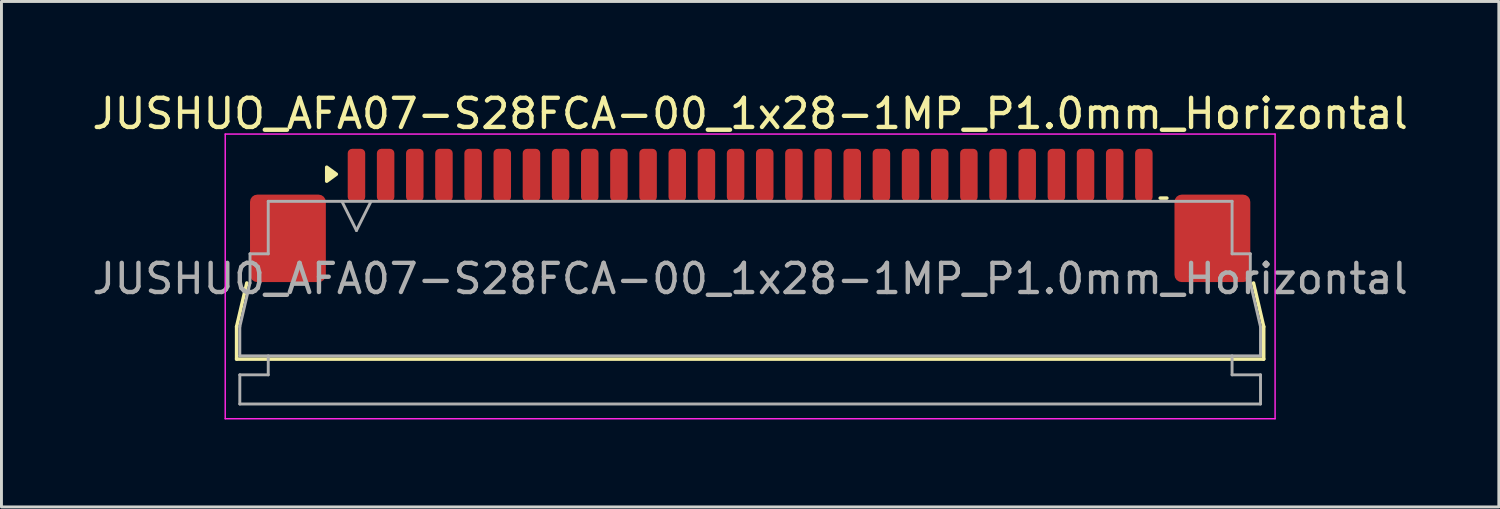
<source format=kicad_pcb>
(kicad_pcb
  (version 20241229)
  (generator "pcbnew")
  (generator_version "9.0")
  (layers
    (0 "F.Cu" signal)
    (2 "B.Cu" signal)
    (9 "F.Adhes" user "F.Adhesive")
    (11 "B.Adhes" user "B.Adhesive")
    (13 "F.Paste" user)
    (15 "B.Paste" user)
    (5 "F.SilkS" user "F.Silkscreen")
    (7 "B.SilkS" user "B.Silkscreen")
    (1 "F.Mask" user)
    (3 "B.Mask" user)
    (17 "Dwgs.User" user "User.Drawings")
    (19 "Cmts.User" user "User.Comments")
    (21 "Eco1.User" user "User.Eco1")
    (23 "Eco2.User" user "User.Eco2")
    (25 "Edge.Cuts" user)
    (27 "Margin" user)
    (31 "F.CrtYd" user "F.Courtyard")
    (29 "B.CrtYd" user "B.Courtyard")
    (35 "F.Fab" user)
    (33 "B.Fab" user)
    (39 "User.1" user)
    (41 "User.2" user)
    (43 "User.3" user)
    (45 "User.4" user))
  (footprint "JUSHUO_AFA07-S28FCA-00_1x28-1MP_P1.0mm_Horizontal"
    (layer "F.Cu")
    (at 22.673 6.328)
    (property "Reference" "JUSHUO_AFA07-S28FCA-00_1x28-1MP_P1.0mm_Horizontal" (at 0 -5.48 0) (layer "F.SilkS") (effects (font (size 1 1) (thickness 0.15))))
    (attr smd)
    (fp_line (start -17.61 1.825) (end -17.26 0.325) (stroke (width 0.12) (type solid)) (layer "F.SilkS"))
    (fp_line (start -17.61 2.935) (end -17.61 1.825) (stroke (width 0.12) (type solid)) (layer "F.SilkS"))
    (fp_line (start 14.06 -2.585) (end 14.29 -2.585) (stroke (width 0.12) (type solid)) (layer "F.SilkS"))
    (fp_line (start 17.26 0.325) (end 17.61 1.825) (stroke (width 0.12) (type solid)) (layer "F.SilkS"))
    (fp_line (start 17.61 1.825) (end 17.61 2.935) (stroke (width 0.12) (type solid)) (layer "F.SilkS"))
    (fp_line (start 17.61 2.935) (end -17.61 2.935) (stroke (width 0.12) (type solid)) (layer "F.SilkS"))
    (fp_poly (pts (xy -14.19 -3.405) (xy -14.52 -3.165) (xy -14.52 -3.645)) (stroke (width 0.12) (type solid)) (fill yes) (layer "F.SilkS"))
    (fp_line (start -18 -4.78) (end -18 4.98) (stroke (width 0.05) (type solid)) (layer "F.CrtYd"))
    (fp_line (start -18 4.98) (end 18 4.98) (stroke (width 0.05) (type solid)) (layer "F.CrtYd"))
    (fp_line (start 18 -4.78) (end -18 -4.78) (stroke (width 0.05) (type solid)) (layer "F.CrtYd"))
    (fp_line (start 18 4.98) (end 18 -4.78) (stroke (width 0.05) (type solid)) (layer "F.CrtYd"))
    (fp_line (start -17.5 1.825) (end -17.15 0.325) (stroke (width 0.1) (type solid)) (layer "F.Fab"))
    (fp_line (start -17.5 2.825) (end -17.5 1.825) (stroke (width 0.1) (type solid)) (layer "F.Fab"))
    (fp_line (start -17.5 3.475) (end -16.525 3.475) (stroke (width 0.1) (type solid)) (layer "F.Fab"))
    (fp_line (start -17.5 4.475) (end -17.5 3.475) (stroke (width 0.1) (type solid)) (layer "F.Fab"))
    (fp_line (start -17.15 -0.675) (end -16.525 -0.675) (stroke (width 0.1) (type solid)) (layer "F.Fab"))
    (fp_line (start -17.15 0.325) (end -17.15 -0.675) (stroke (width 0.1) (type solid)) (layer "F.Fab"))
    (fp_line (start -16.525 -2.475) (end 16.525 -2.475) (stroke (width 0.1) (type solid)) (layer "F.Fab"))
    (fp_line (start -16.525 -0.675) (end -16.525 -2.475) (stroke (width 0.1) (type solid)) (layer "F.Fab"))
    (fp_line (start -16.525 3.475) (end -16.525 2.825) (stroke (width 0.1) (type solid)) (layer "F.Fab"))
    (fp_line (start -14 -2.475) (end -13.5 -1.475) (stroke (width 0.1) (type solid)) (layer "F.Fab"))
    (fp_line (start -13.5 -1.475) (end -13 -2.475) (stroke (width 0.1) (type solid)) (layer "F.Fab"))
    (fp_line (start 16.525 -2.475) (end 16.525 -0.675) (stroke (width 0.1) (type solid)) (layer "F.Fab"))
    (fp_line (start 16.525 -0.675) (end 17.15 -0.675) (stroke (width 0.1) (type solid)) (layer "F.Fab"))
    (fp_line (start 16.525 2.825) (end 16.525 3.475) (stroke (width 0.1) (type solid)) (layer "F.Fab"))
    (fp_line (start 16.525 3.475) (end 17.5 3.475) (stroke (width 0.1) (type solid)) (layer "F.Fab"))
    (fp_line (start 17.15 -0.675) (end 17.15 0.325) (stroke (width 0.1) (type solid)) (layer "F.Fab"))
    (fp_line (start 17.15 0.325) (end 17.5 1.825) (stroke (width 0.1) (type solid)) (layer "F.Fab"))
    (fp_line (start 17.5 1.825) (end 17.5 2.825) (stroke (width 0.1) (type solid)) (layer "F.Fab"))
    (fp_line (start 17.5 2.825) (end -17.5 2.825) (stroke (width 0.1) (type solid)) (layer "F.Fab"))
    (fp_line (start 17.5 3.475) (end 17.5 4.475) (stroke (width 0.1) (type solid)) (layer "F.Fab"))
    (fp_line (start 17.5 4.475) (end -17.5 4.475) (stroke (width 0.1) (type solid)) (layer "F.Fab"))
    (fp_text user "${REFERENCE}" (at 0 0.18 0) (layer "F.Fab") (effects (font (size 1 1) (thickness 0.15))))
    (pad "1" smd roundrect (at -13.5 -3.375) (size 0.6 1.8) (layers "F.Cu" "F.Mask" "F.Paste") (roundrect_rratio 0.25))
    (pad "2" smd roundrect (at -12.5 -3.375) (size 0.6 1.8) (layers "F.Cu" "F.Mask" "F.Paste") (roundrect_rratio 0.25))
    (pad "3" smd roundrect (at -11.5 -3.375) (size 0.6 1.8) (layers "F.Cu" "F.Mask" "F.Paste") (roundrect_rratio 0.25))
    (pad "4" smd roundrect (at -10.5 -3.375) (size 0.6 1.8) (layers "F.Cu" "F.Mask" "F.Paste") (roundrect_rratio 0.25))
    (pad "5" smd roundrect (at -9.5 -3.375) (size 0.6 1.8) (layers "F.Cu" "F.Mask" "F.Paste") (roundrect_rratio 0.25))
    (pad "6" smd roundrect (at -8.5 -3.375) (size 0.6 1.8) (layers "F.Cu" "F.Mask" "F.Paste") (roundrect_rratio 0.25))
    (pad "7" smd roundrect (at -7.5 -3.375) (size 0.6 1.8) (layers "F.Cu" "F.Mask" "F.Paste") (roundrect_rratio 0.25))
    (pad "8" smd roundrect (at -6.5 -3.375) (size 0.6 1.8) (layers "F.Cu" "F.Mask" "F.Paste") (roundrect_rratio 0.25))
    (pad "9" smd roundrect (at -5.5 -3.375) (size 0.6 1.8) (layers "F.Cu" "F.Mask" "F.Paste") (roundrect_rratio 0.25))
    (pad "10" smd roundrect (at -4.5 -3.375) (size 0.6 1.8) (layers "F.Cu" "F.Mask" "F.Paste") (roundrect_rratio 0.25))
    (pad "11" smd roundrect (at -3.5 -3.375) (size 0.6 1.8) (layers "F.Cu" "F.Mask" "F.Paste") (roundrect_rratio 0.25))
    (pad "12" smd roundrect (at -2.5 -3.375) (size 0.6 1.8) (layers "F.Cu" "F.Mask" "F.Paste") (roundrect_rratio 0.25))
    (pad "13" smd roundrect (at -1.5 -3.375) (size 0.6 1.8) (layers "F.Cu" "F.Mask" "F.Paste") (roundrect_rratio 0.25))
    (pad "14" smd roundrect (at -0.5 -3.375) (size 0.6 1.8) (layers "F.Cu" "F.Mask" "F.Paste") (roundrect_rratio 0.25))
    (pad "15" smd roundrect (at 0.5 -3.375) (size 0.6 1.8) (layers "F.Cu" "F.Mask" "F.Paste") (roundrect_rratio 0.25))
    (pad "16" smd roundrect (at 1.5 -3.375) (size 0.6 1.8) (layers "F.Cu" "F.Mask" "F.Paste") (roundrect_rratio 0.25))
    (pad "17" smd roundrect (at 2.5 -3.375) (size 0.6 1.8) (layers "F.Cu" "F.Mask" "F.Paste") (roundrect_rratio 0.25))
    (pad "18" smd roundrect (at 3.5 -3.375) (size 0.6 1.8) (layers "F.Cu" "F.Mask" "F.Paste") (roundrect_rratio 0.25))
    (pad "19" smd roundrect (at 4.5 -3.375) (size 0.6 1.8) (layers "F.Cu" "F.Mask" "F.Paste") (roundrect_rratio 0.25))
    (pad "20" smd roundrect (at 5.5 -3.375) (size 0.6 1.8) (layers "F.Cu" "F.Mask" "F.Paste") (roundrect_rratio 0.25))
    (pad "21" smd roundrect (at 6.5 -3.375) (size 0.6 1.8) (layers "F.Cu" "F.Mask" "F.Paste") (roundrect_rratio 0.25))
    (pad "22" smd roundrect (at 7.5 -3.375) (size 0.6 1.8) (layers "F.Cu" "F.Mask" "F.Paste") (roundrect_rratio 0.25))
    (pad "23" smd roundrect (at 8.5 -3.375) (size 0.6 1.8) (layers "F.Cu" "F.Mask" "F.Paste") (roundrect_rratio 0.25))
    (pad "24" smd roundrect (at 9.5 -3.375) (size 0.6 1.8) (layers "F.Cu" "F.Mask" "F.Paste") (roundrect_rratio 0.25))
    (pad "25" smd roundrect (at 10.5 -3.375) (size 0.6 1.8) (layers "F.Cu" "F.Mask" "F.Paste") (roundrect_rratio 0.25))
    (pad "26" smd roundrect (at 11.5 -3.375) (size 0.6 1.8) (layers "F.Cu" "F.Mask" "F.Paste") (roundrect_rratio 0.25))
    (pad "27" smd roundrect (at 12.5 -3.375) (size 0.6 1.8) (layers "F.Cu" "F.Mask" "F.Paste") (roundrect_rratio 0.25))
    (pad "28" smd roundrect (at 13.5 -3.375) (size 0.6 1.8) (layers "F.Cu" "F.Mask" "F.Paste") (roundrect_rratio 0.25))
    (pad "MP" smd roundrect (at -15.85 -1.205) (size 2.6 3) (layers "F.Cu" "F.Mask" "F.Paste") (roundrect_rratio 0.096))
    (pad "MP" smd roundrect (at 15.85 -1.205) (size 2.6 3) (layers "F.Cu" "F.Mask" "F.Paste") (roundrect_rratio 0.096)))
  (gr_rect
    (start -3 -3)
    (end 48.345 14.333)
    (stroke (width 0.1) (type default))
    (fill no)
    (layer "Edge.Cuts")))
</source>
